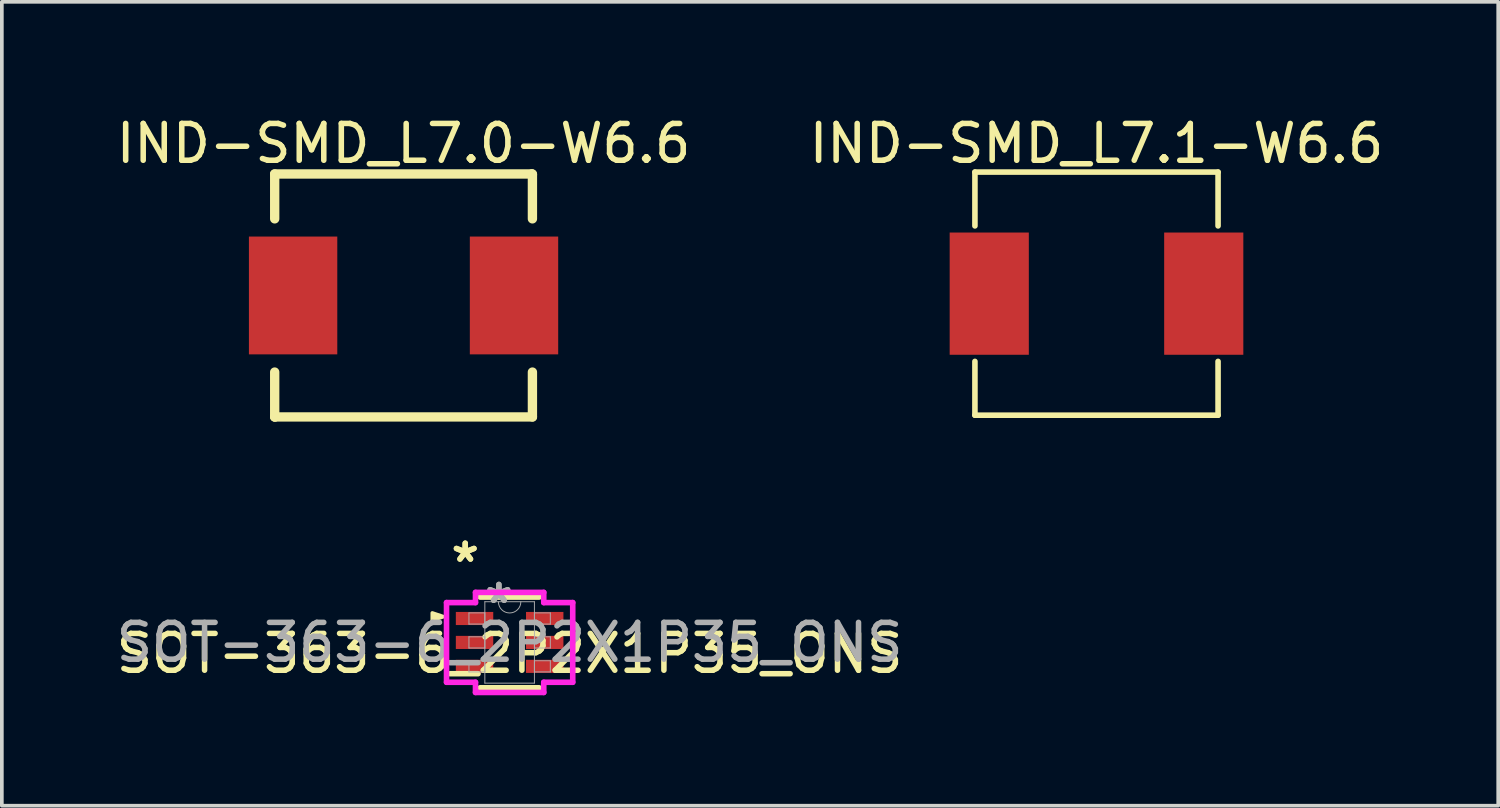
<source format=kicad_pcb>
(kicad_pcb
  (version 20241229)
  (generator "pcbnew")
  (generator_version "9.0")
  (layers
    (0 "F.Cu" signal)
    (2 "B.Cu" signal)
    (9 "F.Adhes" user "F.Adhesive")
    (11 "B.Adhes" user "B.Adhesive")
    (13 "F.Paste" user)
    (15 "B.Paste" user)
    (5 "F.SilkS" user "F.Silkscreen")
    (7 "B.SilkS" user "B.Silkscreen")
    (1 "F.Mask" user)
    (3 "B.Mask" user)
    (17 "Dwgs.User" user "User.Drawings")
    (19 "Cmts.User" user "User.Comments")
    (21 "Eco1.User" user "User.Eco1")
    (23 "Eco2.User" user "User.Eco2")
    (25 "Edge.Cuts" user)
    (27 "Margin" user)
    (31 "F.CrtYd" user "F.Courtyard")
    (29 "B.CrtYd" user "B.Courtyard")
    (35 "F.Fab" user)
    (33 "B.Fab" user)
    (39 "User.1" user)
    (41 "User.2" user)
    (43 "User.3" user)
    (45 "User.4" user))
  (footprint "SOT-363-6_2P2X1P35_ONS"
    (layer "F.Cu")
    (at 10.792 14.399)
    (property "Reference" "SOT-363-6_2P2X1P35_ONS" (at 0 0.3 0) (unlocked yes) (layer "F.SilkS") (effects (font (size 1 1) (thickness 0.15))))
    (attr smd)
    (fp_line (start -0.8 1.232) (end 0.8 1.232) (stroke (width 0.152) (type solid)) (layer "F.SilkS"))
    (fp_line (start 0.8 -1.232) (end -0.8 -1.232) (stroke (width 0.152) (type solid)) (layer "F.SilkS"))
    (fp_poly (pts (xy -2.1 -0.8) (xy -1.8 -0.7) (xy -2.1 -0.6)) (stroke (width 0.1) (type solid)) (fill yes) (layer "F.SilkS"))
    (fp_line (start -1.714 -1.082) (end -0.927 -1.082) (stroke (width 0.152) (type solid)) (layer "F.CrtYd"))
    (fp_line (start -1.714 1.082) (end -1.714 -1.082) (stroke (width 0.152) (type solid)) (layer "F.CrtYd"))
    (fp_line (start -1.714 1.082) (end -0.927 1.082) (stroke (width 0.152) (type solid)) (layer "F.CrtYd"))
    (fp_line (start -0.927 -1.359) (end 0.927 -1.359) (stroke (width 0.152) (type solid)) (layer "F.CrtYd"))
    (fp_line (start -0.927 -1.082) (end -0.927 -1.359) (stroke (width 0.152) (type solid)) (layer "F.CrtYd"))
    (fp_line (start -0.927 1.359) (end -0.927 1.082) (stroke (width 0.152) (type solid)) (layer "F.CrtYd"))
    (fp_line (start 0.927 -1.359) (end 0.927 -1.082) (stroke (width 0.152) (type solid)) (layer "F.CrtYd"))
    (fp_line (start 0.927 1.082) (end 0.927 1.359) (stroke (width 0.152) (type solid)) (layer "F.CrtYd"))
    (fp_line (start 0.927 1.359) (end -0.927 1.359) (stroke (width 0.152) (type solid)) (layer "F.CrtYd"))
    (fp_line (start 1.714 -1.082) (end 0.927 -1.082) (stroke (width 0.152) (type solid)) (layer "F.CrtYd"))
    (fp_line (start 1.714 -1.082) (end 1.714 1.082) (stroke (width 0.152) (type solid)) (layer "F.CrtYd"))
    (fp_line (start 1.714 1.082) (end 0.927 1.082) (stroke (width 0.152) (type solid)) (layer "F.CrtYd"))
    (fp_line (start -1.105 -0.802) (end -1.105 -0.498) (stroke (width 0.025) (type solid)) (layer "F.Fab"))
    (fp_line (start -1.105 -0.498) (end -0.673 -0.498) (stroke (width 0.025) (type solid)) (layer "F.Fab"))
    (fp_line (start -1.105 -0.152) (end -1.105 0.152) (stroke (width 0.025) (type solid)) (layer "F.Fab"))
    (fp_line (start -1.105 0.152) (end -0.673 0.152) (stroke (width 0.025) (type solid)) (layer "F.Fab"))
    (fp_line (start -1.105 0.498) (end -1.105 0.802) (stroke (width 0.025) (type solid)) (layer "F.Fab"))
    (fp_line (start -1.105 0.802) (end -0.673 0.802) (stroke (width 0.025) (type solid)) (layer "F.Fab"))
    (fp_line (start -0.673 -1.105) (end -0.673 1.105) (stroke (width 0.025) (type solid)) (layer "F.Fab"))
    (fp_line (start -0.673 -0.802) (end -1.105 -0.802) (stroke (width 0.025) (type solid)) (layer "F.Fab"))
    (fp_line (start -0.673 -0.498) (end -0.673 -0.802) (stroke (width 0.025) (type solid)) (layer "F.Fab"))
    (fp_line (start -0.673 -0.152) (end -1.105 -0.152) (stroke (width 0.025) (type solid)) (layer "F.Fab"))
    (fp_line (start -0.673 0.152) (end -0.673 -0.152) (stroke (width 0.025) (type solid)) (layer "F.Fab"))
    (fp_line (start -0.673 0.498) (end -1.105 0.498) (stroke (width 0.025) (type solid)) (layer "F.Fab"))
    (fp_line (start -0.673 0.802) (end -0.673 0.498) (stroke (width 0.025) (type solid)) (layer "F.Fab"))
    (fp_line (start -0.673 1.105) (end 0.673 1.105) (stroke (width 0.025) (type solid)) (layer "F.Fab"))
    (fp_line (start 0.673 -1.105) (end -0.673 -1.105) (stroke (width 0.025) (type solid)) (layer "F.Fab"))
    (fp_line (start 0.673 -0.802) (end 0.673 -0.498) (stroke (width 0.025) (type solid)) (layer "F.Fab"))
    (fp_line (start 0.673 -0.498) (end 1.105 -0.498) (stroke (width 0.025) (type solid)) (layer "F.Fab"))
    (fp_line (start 0.673 -0.152) (end 0.673 0.152) (stroke (width 0.025) (type solid)) (layer "F.Fab"))
    (fp_line (start 0.673 0.152) (end 1.105 0.152) (stroke (width 0.025) (type solid)) (layer "F.Fab"))
    (fp_line (start 0.673 0.498) (end 0.673 0.802) (stroke (width 0.025) (type solid)) (layer "F.Fab"))
    (fp_line (start 0.673 0.802) (end 1.105 0.802) (stroke (width 0.025) (type solid)) (layer "F.Fab"))
    (fp_line (start 0.673 1.105) (end 0.673 -1.105) (stroke (width 0.025) (type solid)) (layer "F.Fab"))
    (fp_line (start 1.105 -0.802) (end 0.673 -0.802) (stroke (width 0.025) (type solid)) (layer "F.Fab"))
    (fp_line (start 1.105 -0.498) (end 1.105 -0.802) (stroke (width 0.025) (type solid)) (layer "F.Fab"))
    (fp_line (start 1.105 -0.152) (end 0.673 -0.152) (stroke (width 0.025) (type solid)) (layer "F.Fab"))
    (fp_line (start 1.105 0.152) (end 1.105 -0.152) (stroke (width 0.025) (type solid)) (layer "F.Fab"))
    (fp_line (start 1.105 0.498) (end 0.673 0.498) (stroke (width 0.025) (type solid)) (layer "F.Fab"))
    (fp_line (start 1.105 0.802) (end 1.105 0.498) (stroke (width 0.025) (type solid)) (layer "F.Fab"))
    (fp_arc (start 0.3048 -1.1049) (mid 0 -0.8001) (end -0.3048 -1.1049) (stroke (width 0.0254) (type solid)) (layer "F.Fab"))
    (fp_text user "*" (at -1.206 -2.149 0) (layer "F.SilkS") (effects (font (size 1 1) (thickness 0.15))))
    (fp_text user "*" (at -1.206 -2.149 0) (unlocked yes) (layer "F.SilkS") (effects (font (size 1 1) (thickness 0.15))))
    (fp_text user "*" (at -0.292 -1.029 0) (unlocked yes) (layer "F.Fab") (effects (font (size 1 1) (thickness 0.15))))
    (fp_text user "${REFERENCE}" (at 0 0 0) (unlocked yes) (layer "F.Fab") (effects (font (size 1 1) (thickness 0.15))))
    (fp_text user "*" (at -0.292 -1.029 0) (layer "F.Fab") (effects (font (size 1 1) (thickness 0.15))))
    (pad "1" smd rect (at -0.953 -0.65) (size 1.016 0.356) (layers "F.Cu" "F.Mask" "F.Paste"))
    (pad "2" smd rect (at -0.953 0) (size 1.016 0.356) (layers "F.Cu" "F.Mask" "F.Paste"))
    (pad "3" smd rect (at -0.953 0.65) (size 1.016 0.356) (layers "F.Cu" "F.Mask" "F.Paste"))
    (pad "4" smd rect (at 0.953 0.65) (size 1.016 0.356) (layers "F.Cu" "F.Mask" "F.Paste"))
    (pad "5" smd rect (at 0.953 0) (size 1.016 0.356) (layers "F.Cu" "F.Mask" "F.Paste"))
    (pad "6" smd rect (at 0.953 -0.65) (size 1.016 0.356) (layers "F.Cu" "F.Mask" "F.Paste")))
  (footprint "IND-SMD_L7.1-W6.6"
    (layer "F.Cu")
    (at 26.732 4.926)
    (property "Reference" "IND-SMD_L7.1-W6.6" (at 0 -4.078 0) (layer "F.SilkS") (effects (font (size 1 1) (thickness 0.15))))
    (fp_line (start -3.302 -3.302) (end -3.302 -1.84) (stroke (width 0.152) (type default)) (layer "F.SilkS"))
    (fp_line (start -3.302 1.84) (end -3.302 3.302) (stroke (width 0.152) (type default)) (layer "F.SilkS"))
    (fp_line (start -3.302 3.302) (end 3.302 3.302) (stroke (width 0.152) (type default)) (layer "F.SilkS"))
    (fp_line (start 3.302 -3.302) (end -3.302 -3.302) (stroke (width 0.152) (type default)) (layer "F.SilkS"))
    (fp_line (start 3.302 -1.84) (end 3.302 -3.302) (stroke (width 0.152) (type default)) (layer "F.SilkS"))
    (fp_line (start 3.302 3.302) (end 3.302 1.84) (stroke (width 0.152) (type default)) (layer "F.SilkS"))
    (fp_poly (pts (xy -3.55 -1.5) (xy -1.95 -1.5) (xy -1.95 1.5) (xy -3.55 1.5)) (stroke (width 0.1) (type default)) (fill no) (layer "User.1"))
    (fp_poly (pts (xy 1.95 -1.5) (xy 3.55 -1.5) (xy 3.55 1.5) (xy 1.95 1.5)) (stroke (width 0.1) (type default)) (fill no) (layer "User.1"))
    (fp_line (start -3.3 -3.3) (end 3.3 -3.3) (stroke (width 0.051) (type default)) (layer "User.2"))
    (fp_line (start -3.3 3.3) (end -3.3 -3.3) (stroke (width 0.051) (type default)) (layer "User.2"))
    (fp_line (start 3.3 -3.3) (end 3.3 3.3) (stroke (width 0.051) (type default)) (layer "User.2"))
    (fp_line (start 3.3 3.3) (end -3.3 3.3) (stroke (width 0.051) (type default)) (layer "User.2"))
    (fp_poly (pts (xy -3.495 3.277) (xy -3.527 3.245) (xy -3.573 3.245) (xy -3.605 3.277) (xy -3.605 3.323) (xy -3.573 3.355) (xy -3.527 3.355) (xy -3.495 3.323)) (stroke (width 0.1) (type default)) (fill no) (layer "User.3"))
    (pad "1" smd rect (at -2.913 0) (size 2.15 3.32) (layers "F.Cu" "F.Mask" "F.Paste"))
    (pad "2" smd rect (at 2.913 0) (size 2.15 3.32) (layers "F.Cu" "F.Mask" "F.Paste")))
  (footprint "IND-SMD_L7.0-W6.6"
    (layer "F.Cu")
    (at 7.911 4.975)
    (property "Reference" "IND-SMD_L7.0-W6.6" (at 0 -4.127 0) (layer "F.SilkS") (effects (font (size 1 1) (thickness 0.15))))
    (fp_line (start -3.5 -3.3) (end 3.48 -3.3) (stroke (width 0.254) (type default)) (layer "F.SilkS"))
    (fp_line (start -3.5 -2.081) (end -3.5 -3.3) (stroke (width 0.254) (type default)) (layer "F.SilkS"))
    (fp_line (start -3.5 3.3) (end -3.5 2.081) (stroke (width 0.254) (type default)) (layer "F.SilkS"))
    (fp_line (start -3.49 3.3) (end -3.5 3.3) (stroke (width 0.254) (type default)) (layer "F.SilkS"))
    (fp_line (start 3.48 -3.3) (end 3.5 -3.28) (stroke (width 0.254) (type default)) (layer "F.SilkS"))
    (fp_line (start 3.5 -3.3) (end 3.5 -2.081) (stroke (width 0.254) (type default)) (layer "F.SilkS"))
    (fp_line (start 3.5 2.081) (end 3.5 3.3) (stroke (width 0.254) (type default)) (layer "F.SilkS"))
    (fp_line (start 3.5 3.3) (end -3.49 3.3) (stroke (width 0.254) (type default)) (layer "F.SilkS"))
    (fp_poly (pts (xy -1.9 1.5) (xy -3.5 1.5) (xy -3.5 -1.5) (xy -1.9 -1.5)) (stroke (width 0.1) (type default)) (fill no) (layer "User.1"))
    (fp_poly (pts (xy 1.9 -1.5) (xy 3.5 -1.5) (xy 3.5 1.5) (xy 1.9 1.5)) (stroke (width 0.1) (type default)) (fill no) (layer "User.1"))
    (fp_line (start -3.5 -3.3) (end 3.5 -3.3) (stroke (width 0.051) (type default)) (layer "User.2"))
    (fp_line (start -3.5 3.3) (end -3.5 -3.3) (stroke (width 0.051) (type default)) (layer "User.2"))
    (fp_line (start 3.5 -3.3) (end 3.5 3.3) (stroke (width 0.051) (type default)) (layer "User.2"))
    (fp_line (start 3.5 3.3) (end -3.5 3.3) (stroke (width 0.051) (type default)) (layer "User.2"))
    (fp_poly (pts (xy -3.445 3.277) (xy -3.477 3.245) (xy -3.523 3.245) (xy -3.555 3.277) (xy -3.555 3.323) (xy -3.523 3.355) (xy -3.477 3.355) (xy -3.445 3.323)) (stroke (width 0.1) (type default)) (fill no) (layer "User.3"))
    (pad "1" smd rect (at -3 0) (size 2.4 3.2) (layers "F.Cu" "F.Mask" "F.Paste"))
    (pad "2" smd rect (at 3 0) (size 2.4 3.2) (layers "F.Cu" "F.Mask" "F.Paste")))
  (gr_rect
    (start -3 -3)
    (end 37.643 18.834)
    (stroke (width 0.1) (type default))
    (fill no)
    (layer "Edge.Cuts")))
</source>
